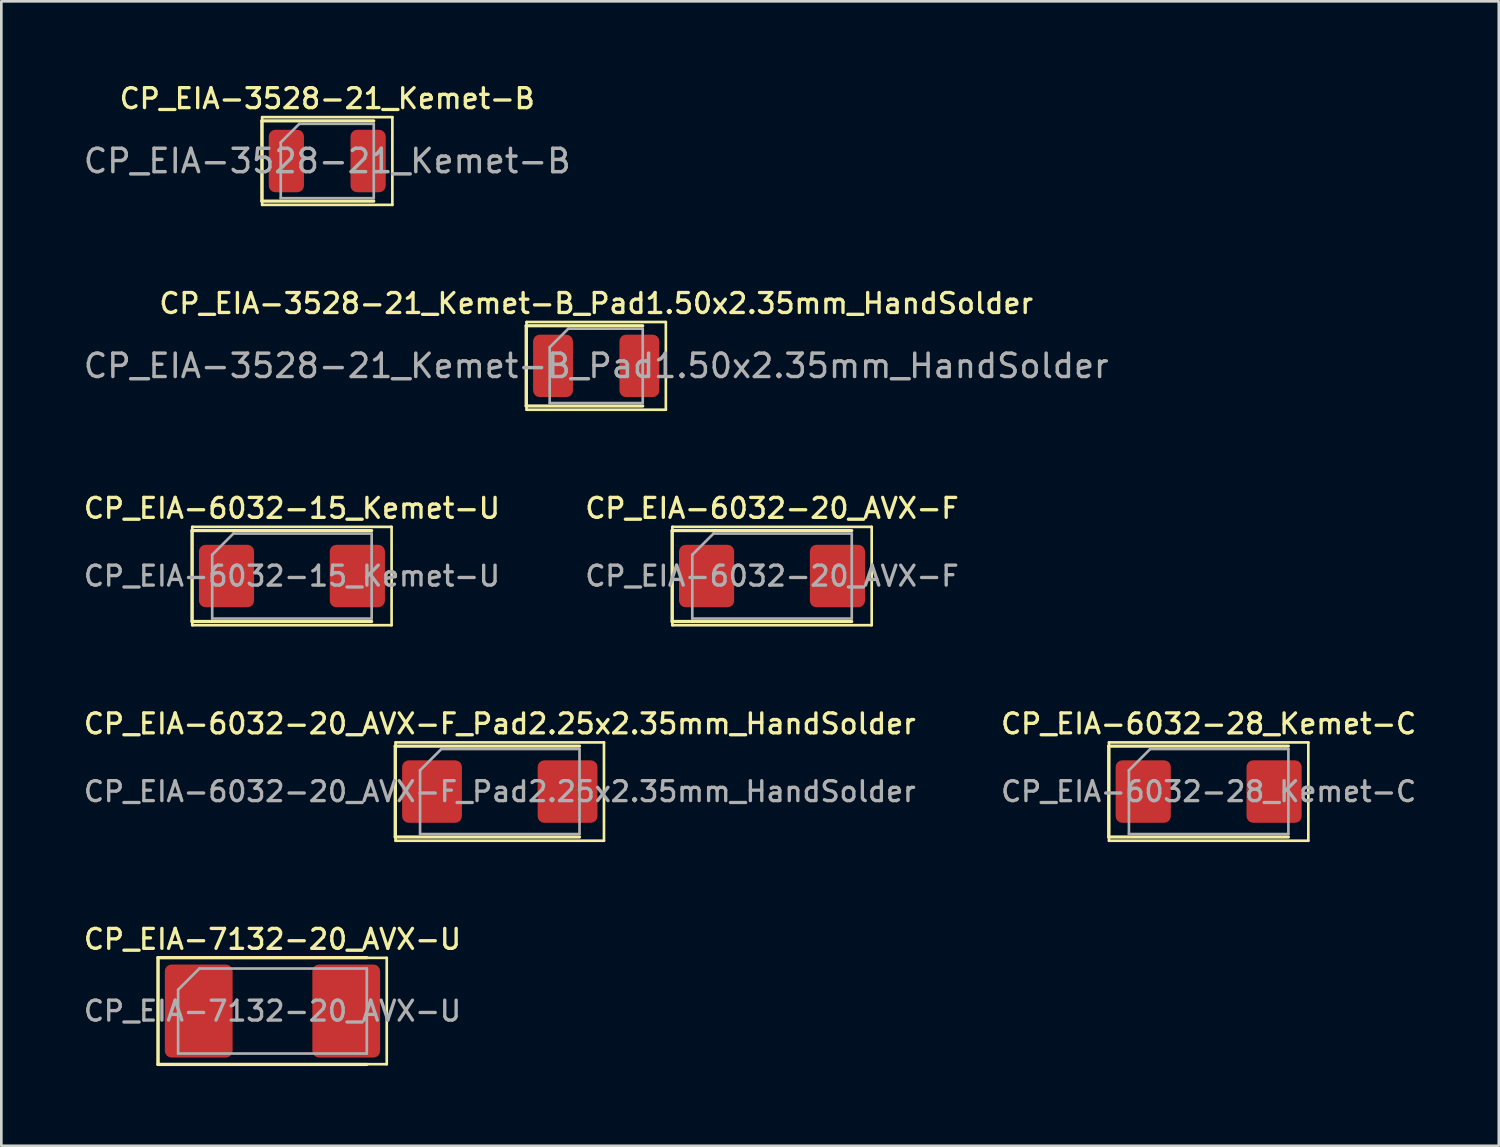
<source format=kicad_pcb>
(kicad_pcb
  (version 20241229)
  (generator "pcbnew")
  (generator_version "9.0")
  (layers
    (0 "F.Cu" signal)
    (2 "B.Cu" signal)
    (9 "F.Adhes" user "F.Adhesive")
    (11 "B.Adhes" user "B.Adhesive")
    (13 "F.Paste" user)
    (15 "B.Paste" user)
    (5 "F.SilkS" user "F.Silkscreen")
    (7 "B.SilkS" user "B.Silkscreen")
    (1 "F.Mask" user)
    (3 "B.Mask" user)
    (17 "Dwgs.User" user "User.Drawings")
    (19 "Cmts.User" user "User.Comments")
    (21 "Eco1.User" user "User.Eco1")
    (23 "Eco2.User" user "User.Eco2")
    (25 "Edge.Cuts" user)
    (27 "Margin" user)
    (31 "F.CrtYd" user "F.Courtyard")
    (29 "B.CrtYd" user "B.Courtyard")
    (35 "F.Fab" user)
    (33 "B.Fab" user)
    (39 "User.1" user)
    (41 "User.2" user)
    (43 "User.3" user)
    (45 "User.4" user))
  (footprint "CP_EIA-3528-21_Kemet-B"
    (layer "F.Cu")
    (at 9.263 3.008)
    (property "Reference" "CP_EIA-3528-21_Kemet-B" (at 0 -2.35 0) (layer "F.SilkS") (effects (font (size 0.75 0.75) (thickness 0.125))))
    (attr smd)
    (fp_line (start -2.46 -1.51) (end -2.46 1.51) (stroke (width 0.12) (type solid)) (layer "F.SilkS"))
    (fp_line (start -2.46 1.51) (end 1.75 1.51) (stroke (width 0.12) (type solid)) (layer "F.SilkS"))
    (fp_line (start -2.45 -1.65) (end 2.45 -1.65) (stroke (width 0.1) (type solid)) (layer "F.SilkS"))
    (fp_line (start -2.45 1.65) (end -2.45 -1.65) (stroke (width 0.1) (type solid)) (layer "F.SilkS"))
    (fp_line (start 1.75 -1.51) (end -2.46 -1.51) (stroke (width 0.12) (type solid)) (layer "F.SilkS"))
    (fp_line (start 2.45 -1.65) (end 2.45 1.65) (stroke (width 0.1) (type solid)) (layer "F.SilkS"))
    (fp_line (start 2.45 1.65) (end -2.45 1.65) (stroke (width 0.1) (type solid)) (layer "F.SilkS"))
    (fp_line (start -1.75 -0.7) (end -1.75 1.4) (stroke (width 0.1) (type solid)) (layer "F.Fab"))
    (fp_line (start -1.75 1.4) (end 1.75 1.4) (stroke (width 0.1) (type solid)) (layer "F.Fab"))
    (fp_line (start -1.05 -1.4) (end -1.75 -0.7) (stroke (width 0.1) (type solid)) (layer "F.Fab"))
    (fp_line (start 1.75 -1.4) (end -1.05 -1.4) (stroke (width 0.1) (type solid)) (layer "F.Fab"))
    (fp_line (start 1.75 1.4) (end 1.75 -1.4) (stroke (width 0.1) (type solid)) (layer "F.Fab"))
    (fp_text user "${REFERENCE}" (at 0 0 0) (layer "F.Fab") (effects (font (size 0.88 0.88) (thickness 0.13))))
    (pad "1" smd roundrect (at -1.538 0) (size 1.325 2.35) (layers "F.Cu" "F.Mask" "F.Paste") (roundrect_rratio 0.189))
    (pad "2" smd roundrect (at 1.538 0) (size 1.325 2.35) (layers "F.Cu" "F.Mask" "F.Paste") (roundrect_rratio 0.189)))
  (footprint "CP_EIA-6032-15_Kemet-U"
    (layer "F.Cu")
    (at 7.934 18.624)
    (property "Reference" "CP_EIA-6032-15_Kemet-U" (at 0 -2.55 0) (layer "F.SilkS") (effects (font (size 0.75 0.75) (thickness 0.125))))
    (attr smd)
    (fp_line (start -3.76 -1.71) (end -3.76 1.71) (stroke (width 0.12) (type solid)) (layer "F.SilkS"))
    (fp_line (start -3.76 1.71) (end 3 1.71) (stroke (width 0.12) (type solid)) (layer "F.SilkS"))
    (fp_line (start -3.75 -1.85) (end 3.75 -1.85) (stroke (width 0.1) (type solid)) (layer "F.SilkS"))
    (fp_line (start -3.75 1.85) (end -3.75 -1.85) (stroke (width 0.1) (type solid)) (layer "F.SilkS"))
    (fp_line (start 3 -1.71) (end -3.76 -1.71) (stroke (width 0.12) (type solid)) (layer "F.SilkS"))
    (fp_line (start 3.75 -1.85) (end 3.75 1.85) (stroke (width 0.1) (type solid)) (layer "F.SilkS"))
    (fp_line (start 3.75 1.85) (end -3.75 1.85) (stroke (width 0.1) (type solid)) (layer "F.SilkS"))
    (fp_line (start -3 -0.8) (end -3 1.6) (stroke (width 0.1) (type solid)) (layer "F.Fab"))
    (fp_line (start -3 1.6) (end 3 1.6) (stroke (width 0.1) (type solid)) (layer "F.Fab"))
    (fp_line (start -2.2 -1.6) (end -3 -0.8) (stroke (width 0.1) (type solid)) (layer "F.Fab"))
    (fp_line (start 3 -1.6) (end -2.2 -1.6) (stroke (width 0.1) (type solid)) (layer "F.Fab"))
    (fp_line (start 3 1.6) (end 3 -1.6) (stroke (width 0.1) (type solid)) (layer "F.Fab"))
    (fp_text user "${REFERENCE}" (at 0 0 0) (layer "F.Fab") (effects (font (size 0.75 0.75) (thickness 0.125))))
    (pad "1" smd roundrect (at -2.462 0) (size 2.075 2.35) (layers "F.Cu" "F.Mask" "F.Paste") (roundrect_rratio 0.12))
    (pad "2" smd roundrect (at 2.462 0) (size 2.075 2.35) (layers "F.Cu" "F.Mask" "F.Paste") (roundrect_rratio 0.12)))
  (footprint "CP_EIA-6032-28_Kemet-C"
    (layer "F.Cu")
    (at 42.427 26.733)
    (property "Reference" "CP_EIA-6032-28_Kemet-C" (at 0 -2.55 0) (layer "F.SilkS") (effects (font (size 0.75 0.75) (thickness 0.125))))
    (attr smd)
    (fp_line (start -3.76 -1.71) (end -3.76 1.71) (stroke (width 0.12) (type solid)) (layer "F.SilkS"))
    (fp_line (start -3.76 1.71) (end 3 1.71) (stroke (width 0.12) (type solid)) (layer "F.SilkS"))
    (fp_line (start -3.75 -1.85) (end 3.75 -1.85) (stroke (width 0.1) (type solid)) (layer "F.SilkS"))
    (fp_line (start -3.75 1.85) (end -3.75 -1.85) (stroke (width 0.1) (type solid)) (layer "F.SilkS"))
    (fp_line (start 3 -1.71) (end -3.76 -1.71) (stroke (width 0.12) (type solid)) (layer "F.SilkS"))
    (fp_line (start 3.75 -1.85) (end 3.75 1.85) (stroke (width 0.1) (type solid)) (layer "F.SilkS"))
    (fp_line (start 3.75 1.85) (end -3.75 1.85) (stroke (width 0.1) (type solid)) (layer "F.SilkS"))
    (fp_line (start -3 -0.8) (end -3 1.6) (stroke (width 0.1) (type solid)) (layer "F.Fab"))
    (fp_line (start -3 1.6) (end 3 1.6) (stroke (width 0.1) (type solid)) (layer "F.Fab"))
    (fp_line (start -2.2 -1.6) (end -3 -0.8) (stroke (width 0.1) (type solid)) (layer "F.Fab"))
    (fp_line (start 3 -1.6) (end -2.2 -1.6) (stroke (width 0.1) (type solid)) (layer "F.Fab"))
    (fp_line (start 3 1.6) (end 3 -1.6) (stroke (width 0.1) (type solid)) (layer "F.Fab"))
    (fp_text user "${REFERENCE}" (at 0 0 0) (layer "F.Fab") (effects (font (size 0.75 0.75) (thickness 0.125))))
    (pad "1" smd roundrect (at -2.462 0) (size 2.075 2.35) (layers "F.Cu" "F.Mask" "F.Paste") (roundrect_rratio 0.12))
    (pad "2" smd roundrect (at 2.462 0) (size 2.075 2.35) (layers "F.Cu" "F.Mask" "F.Paste") (roundrect_rratio 0.12)))
  (footprint "CP_EIA-7132-20_AVX-U"
    (layer "F.Cu")
    (at 7.202 34.991)
    (property "Reference" "CP_EIA-7132-20_AVX-U" (at 0 -2.7 0) (layer "F.SilkS") (effects (font (size 0.75 0.75) (thickness 0.125))))
    (attr smd)
    (fp_line (start -4.31 -2.01) (end -4.31 2.01) (stroke (width 0.12) (type solid)) (layer "F.SilkS"))
    (fp_line (start -4.31 2.01) (end 3.55 2.01) (stroke (width 0.12) (type solid)) (layer "F.SilkS"))
    (fp_line (start -4.3 -2) (end 4.3 -2) (stroke (width 0.1) (type solid)) (layer "F.SilkS"))
    (fp_line (start -4.3 2) (end -4.3 -2) (stroke (width 0.1) (type solid)) (layer "F.SilkS"))
    (fp_line (start 3.55 -2.01) (end -4.31 -2.01) (stroke (width 0.12) (type solid)) (layer "F.SilkS"))
    (fp_line (start 4.3 -2) (end 4.3 2) (stroke (width 0.1) (type solid)) (layer "F.SilkS"))
    (fp_line (start 4.3 2) (end -4.3 2) (stroke (width 0.1) (type solid)) (layer "F.SilkS"))
    (fp_line (start -3.55 -0.8) (end -3.55 1.6) (stroke (width 0.1) (type solid)) (layer "F.Fab"))
    (fp_line (start -3.55 1.6) (end 3.55 1.6) (stroke (width 0.1) (type solid)) (layer "F.Fab"))
    (fp_line (start -2.75 -1.6) (end -3.55 -0.8) (stroke (width 0.1) (type solid)) (layer "F.Fab"))
    (fp_line (start 3.55 -1.6) (end -2.75 -1.6) (stroke (width 0.1) (type solid)) (layer "F.Fab"))
    (fp_line (start 3.55 1.6) (end 3.55 -1.6) (stroke (width 0.1) (type solid)) (layer "F.Fab"))
    (fp_text user "${REFERENCE}" (at 0 0 0) (layer "F.Fab") (effects (font (size 0.75 0.75) (thickness 0.125))))
    (pad "1" smd roundrect (at -2.775 0) (size 2.55 3.5) (layers "F.Cu" "F.Mask" "F.Paste") (roundrect_rratio 0.098))
    (pad "2" smd roundrect (at 2.775 0) (size 2.55 3.5) (layers "F.Cu" "F.Mask" "F.Paste") (roundrect_rratio 0.098)))
  (footprint "CP_EIA-3528-21_Kemet-B_Pad1.50x2.35mm_HandSolder"
    (layer "F.Cu")
    (at 19.383 10.716)
    (property "Reference" "CP_EIA-3528-21_Kemet-B_Pad1.50x2.35mm_HandSolder" (at 0 -2.35 0) (layer "F.SilkS") (effects (font (size 0.75 0.75) (thickness 0.125))))
    (attr smd)
    (fp_line (start -2.635 -1.51) (end -2.635 1.51) (stroke (width 0.12) (type solid)) (layer "F.SilkS"))
    (fp_line (start -2.635 1.51) (end 1.75 1.51) (stroke (width 0.12) (type solid)) (layer "F.SilkS"))
    (fp_line (start -2.62 -1.65) (end 2.62 -1.65) (stroke (width 0.1) (type solid)) (layer "F.SilkS"))
    (fp_line (start -2.62 1.65) (end -2.62 -1.65) (stroke (width 0.1) (type solid)) (layer "F.SilkS"))
    (fp_line (start 1.75 -1.51) (end -2.635 -1.51) (stroke (width 0.12) (type solid)) (layer "F.SilkS"))
    (fp_line (start 2.62 -1.65) (end 2.62 1.65) (stroke (width 0.1) (type solid)) (layer "F.SilkS"))
    (fp_line (start 2.62 1.65) (end -2.62 1.65) (stroke (width 0.1) (type solid)) (layer "F.SilkS"))
    (fp_line (start -1.75 -0.7) (end -1.75 1.4) (stroke (width 0.1) (type solid)) (layer "F.Fab"))
    (fp_line (start -1.75 1.4) (end 1.75 1.4) (stroke (width 0.1) (type solid)) (layer "F.Fab"))
    (fp_line (start -1.05 -1.4) (end -1.75 -0.7) (stroke (width 0.1) (type solid)) (layer "F.Fab"))
    (fp_line (start 1.75 -1.4) (end -1.05 -1.4) (stroke (width 0.1) (type solid)) (layer "F.Fab"))
    (fp_line (start 1.75 1.4) (end 1.75 -1.4) (stroke (width 0.1) (type solid)) (layer "F.Fab"))
    (fp_text user "${REFERENCE}" (at 0 0 0) (layer "F.Fab") (effects (font (size 0.88 0.88) (thickness 0.13))))
    (pad "1" smd roundrect (at -1.625 0) (size 1.5 2.35) (layers "F.Cu" "F.Mask" "F.Paste") (roundrect_rratio 0.167))
    (pad "2" smd roundrect (at 1.625 0) (size 1.5 2.35) (layers "F.Cu" "F.Mask" "F.Paste") (roundrect_rratio 0.167)))
  (footprint "CP_EIA-6032-20_AVX-F"
    (layer "F.Cu")
    (at 25.998 18.624)
    (property "Reference" "CP_EIA-6032-20_AVX-F" (at 0 -2.55 0) (layer "F.SilkS") (effects (font (size 0.75 0.75) (thickness 0.125))))
    (attr smd)
    (fp_line (start -3.76 -1.71) (end -3.76 1.71) (stroke (width 0.12) (type solid)) (layer "F.SilkS"))
    (fp_line (start -3.76 1.71) (end 3 1.71) (stroke (width 0.12) (type solid)) (layer "F.SilkS"))
    (fp_line (start -3.75 -1.85) (end 3.75 -1.85) (stroke (width 0.1) (type solid)) (layer "F.SilkS"))
    (fp_line (start -3.75 1.85) (end -3.75 -1.85) (stroke (width 0.1) (type solid)) (layer "F.SilkS"))
    (fp_line (start 3 -1.71) (end -3.76 -1.71) (stroke (width 0.12) (type solid)) (layer "F.SilkS"))
    (fp_line (start 3.75 -1.85) (end 3.75 1.85) (stroke (width 0.1) (type solid)) (layer "F.SilkS"))
    (fp_line (start 3.75 1.85) (end -3.75 1.85) (stroke (width 0.1) (type solid)) (layer "F.SilkS"))
    (fp_line (start -3 -0.8) (end -3 1.6) (stroke (width 0.1) (type solid)) (layer "F.Fab"))
    (fp_line (start -3 1.6) (end 3 1.6) (stroke (width 0.1) (type solid)) (layer "F.Fab"))
    (fp_line (start -2.2 -1.6) (end -3 -0.8) (stroke (width 0.1) (type solid)) (layer "F.Fab"))
    (fp_line (start 3 -1.6) (end -2.2 -1.6) (stroke (width 0.1) (type solid)) (layer "F.Fab"))
    (fp_line (start 3 1.6) (end 3 -1.6) (stroke (width 0.1) (type solid)) (layer "F.Fab"))
    (fp_text user "${REFERENCE}" (at 0 0 0) (layer "F.Fab") (effects (font (size 0.75 0.75) (thickness 0.125))))
    (pad "1" smd roundrect (at -2.462 0) (size 2.075 2.35) (layers "F.Cu" "F.Mask" "F.Paste") (roundrect_rratio 0.12))
    (pad "2" smd roundrect (at 2.462 0) (size 2.075 2.35) (layers "F.Cu" "F.Mask" "F.Paste") (roundrect_rratio 0.12)))
  (footprint "CP_EIA-6032-20_AVX-F_Pad2.25x2.35mm_HandSolder"
    (layer "F.Cu")
    (at 15.755 26.733)
    (property "Reference" "CP_EIA-6032-20_AVX-F_Pad2.25x2.35mm_HandSolder" (at 0 -2.55 0) (layer "F.SilkS") (effects (font (size 0.75 0.75) (thickness 0.125))))
    (attr smd)
    (fp_line (start -3.935 -1.71) (end -3.935 1.71) (stroke (width 0.12) (type solid)) (layer "F.SilkS"))
    (fp_line (start -3.935 1.71) (end 3 1.71) (stroke (width 0.12) (type solid)) (layer "F.SilkS"))
    (fp_line (start -3.92 -1.85) (end 3.92 -1.85) (stroke (width 0.1) (type solid)) (layer "F.SilkS"))
    (fp_line (start -3.92 1.85) (end -3.92 -1.85) (stroke (width 0.1) (type solid)) (layer "F.SilkS"))
    (fp_line (start 3 -1.71) (end -3.935 -1.71) (stroke (width 0.12) (type solid)) (layer "F.SilkS"))
    (fp_line (start 3.92 -1.85) (end 3.92 1.85) (stroke (width 0.1) (type solid)) (layer "F.SilkS"))
    (fp_line (start 3.92 1.85) (end -3.92 1.85) (stroke (width 0.1) (type solid)) (layer "F.SilkS"))
    (fp_line (start -3 -0.8) (end -3 1.6) (stroke (width 0.1) (type solid)) (layer "F.Fab"))
    (fp_line (start -3 1.6) (end 3 1.6) (stroke (width 0.1) (type solid)) (layer "F.Fab"))
    (fp_line (start -2.2 -1.6) (end -3 -0.8) (stroke (width 0.1) (type solid)) (layer "F.Fab"))
    (fp_line (start 3 -1.6) (end -2.2 -1.6) (stroke (width 0.1) (type solid)) (layer "F.Fab"))
    (fp_line (start 3 1.6) (end 3 -1.6) (stroke (width 0.1) (type solid)) (layer "F.Fab"))
    (fp_text user "${REFERENCE}" (at 0 0 0) (layer "F.Fab") (effects (font (size 0.75 0.75) (thickness 0.125))))
    (pad "1" smd roundrect (at -2.55 0) (size 2.25 2.35) (layers "F.Cu" "F.Mask" "F.Paste") (roundrect_rratio 0.111))
    (pad "2" smd roundrect (at 2.55 0) (size 2.25 2.35) (layers "F.Cu" "F.Mask" "F.Paste") (roundrect_rratio 0.111)))
  (gr_rect
    (start -3 -3)
    (end 53.343 40.061)
    (stroke (width 0.1) (type default))
    (fill no)
    (layer "Edge.Cuts")))
</source>
